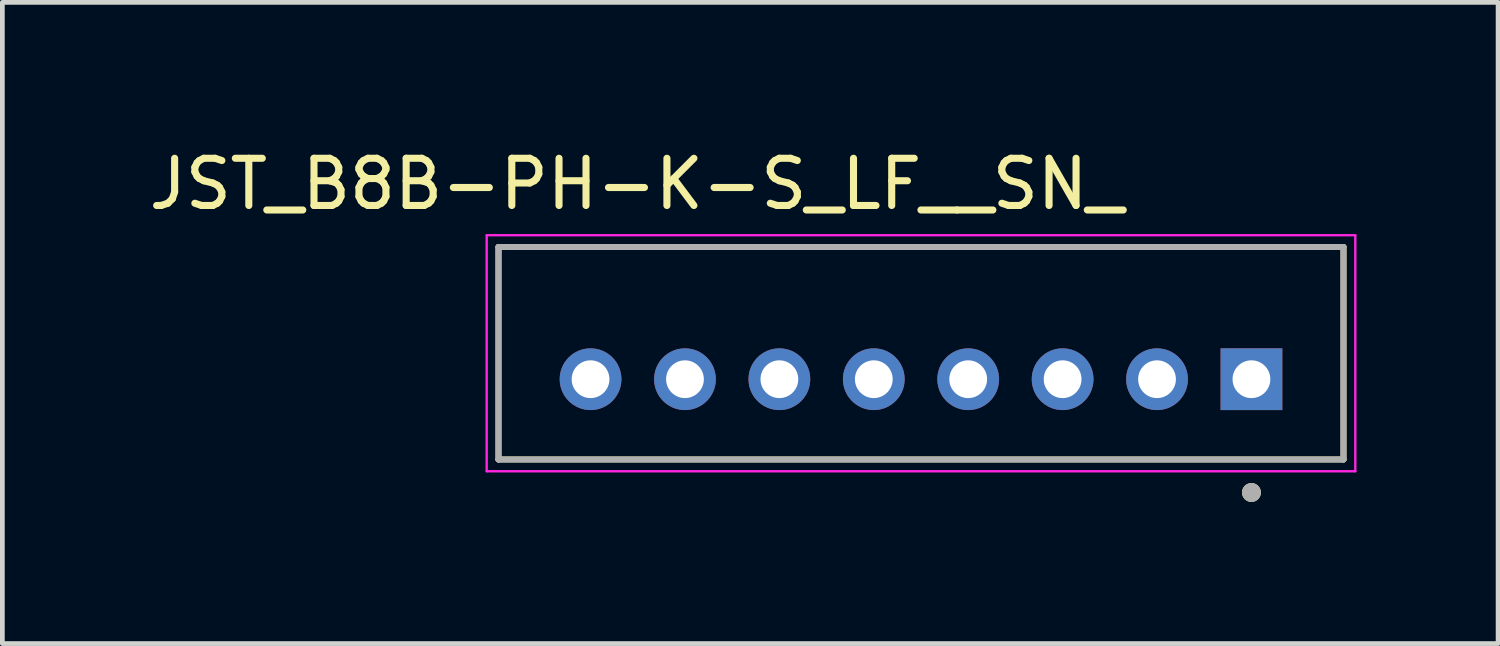
<source format=kicad_pcb>
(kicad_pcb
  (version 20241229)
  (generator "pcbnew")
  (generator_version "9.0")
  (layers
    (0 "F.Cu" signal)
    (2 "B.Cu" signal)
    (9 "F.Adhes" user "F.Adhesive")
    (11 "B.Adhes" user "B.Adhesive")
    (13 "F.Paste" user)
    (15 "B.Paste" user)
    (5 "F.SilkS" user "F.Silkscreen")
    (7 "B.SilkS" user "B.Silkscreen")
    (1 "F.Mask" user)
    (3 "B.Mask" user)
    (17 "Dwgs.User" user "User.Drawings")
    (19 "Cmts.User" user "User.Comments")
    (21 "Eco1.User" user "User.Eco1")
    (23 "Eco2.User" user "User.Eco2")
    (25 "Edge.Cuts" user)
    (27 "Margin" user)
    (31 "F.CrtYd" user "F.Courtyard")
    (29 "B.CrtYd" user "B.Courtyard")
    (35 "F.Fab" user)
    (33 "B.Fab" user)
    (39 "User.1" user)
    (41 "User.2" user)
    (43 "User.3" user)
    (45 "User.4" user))
  (footprint "JST_B8B-PH-K-S_LF__SN_"
    (layer "F.Cu")
    (at 16.46 4.433)
    (property "Reference" "JST_B8B-PH-K-S_LF__SN_" (at -6.025 -3.585 0) (layer "F.SilkS") (effects (font (size 1 1) (thickness 0.15))))
    (attr through_hole)
    (fp_line (start -8.95 -2.25) (end 8.95 -2.25) (stroke (width 0.127) (type solid)) (layer "F.SilkS"))
    (fp_line (start -8.95 2.25) (end -8.95 -2.25) (stroke (width 0.127) (type solid)) (layer "F.SilkS"))
    (fp_line (start 8.95 -2.25) (end 8.95 2.25) (stroke (width 0.127) (type solid)) (layer "F.SilkS"))
    (fp_line (start 8.95 2.25) (end -8.95 2.25) (stroke (width 0.127) (type solid)) (layer "F.SilkS"))
    (fp_circle (center 7 2.95) (end 7.1 2.95) (stroke (width 0.2) (type solid)) (fill no) (layer "F.SilkS"))
    (fp_line (start -9.2 -2.5) (end 9.2 -2.5) (stroke (width 0.05) (type solid)) (layer "F.CrtYd"))
    (fp_line (start -9.2 2.5) (end -9.2 -2.5) (stroke (width 0.05) (type solid)) (layer "F.CrtYd"))
    (fp_line (start 9.2 -2.5) (end 9.2 2.5) (stroke (width 0.05) (type solid)) (layer "F.CrtYd"))
    (fp_line (start 9.2 2.5) (end -9.2 2.5) (stroke (width 0.05) (type solid)) (layer "F.CrtYd"))
    (fp_line (start -8.95 -2.25) (end 8.95 -2.25) (stroke (width 0.127) (type solid)) (layer "F.Fab"))
    (fp_line (start -8.95 2.25) (end -8.95 -2.25) (stroke (width 0.127) (type solid)) (layer "F.Fab"))
    (fp_line (start 8.95 -2.25) (end 8.95 2.25) (stroke (width 0.127) (type solid)) (layer "F.Fab"))
    (fp_line (start 8.95 2.25) (end -8.95 2.25) (stroke (width 0.127) (type solid)) (layer "F.Fab"))
    (fp_circle (center 7 2.95) (end 7.1 2.95) (stroke (width 0.2) (type solid)) (fill no) (layer "F.Fab"))
    (pad "1" thru_hole rect (at 7 0.55) (size 1.308 1.308) (drill 0.8) (layers "*.Cu" "*.Mask"))
    (pad "2" thru_hole circle (at 5 0.55) (size 1.308 1.308) (drill 0.8) (layers "*.Cu" "*.Mask"))
    (pad "3" thru_hole circle (at 3 0.55) (size 1.308 1.308) (drill 0.8) (layers "*.Cu" "*.Mask"))
    (pad "4" thru_hole circle (at 1 0.55) (size 1.308 1.308) (drill 0.8) (layers "*.Cu" "*.Mask"))
    (pad "5" thru_hole circle (at -1 0.55) (size 1.308 1.308) (drill 0.8) (layers "*.Cu" "*.Mask"))
    (pad "6" thru_hole circle (at -3 0.55) (size 1.308 1.308) (drill 0.8) (layers "*.Cu" "*.Mask"))
    (pad "7" thru_hole circle (at -5 0.55) (size 1.308 1.308) (drill 0.8) (layers "*.Cu" "*.Mask"))
    (pad "8" thru_hole circle (at -7 0.55) (size 1.308 1.308) (drill 0.8) (layers "*.Cu" "*.Mask")))
  (gr_rect
    (start -3 -3)
    (end 28.685 10.583)
    (stroke (width 0.1) (type default))
    (fill no)
    (layer "Edge.Cuts")))
</source>
